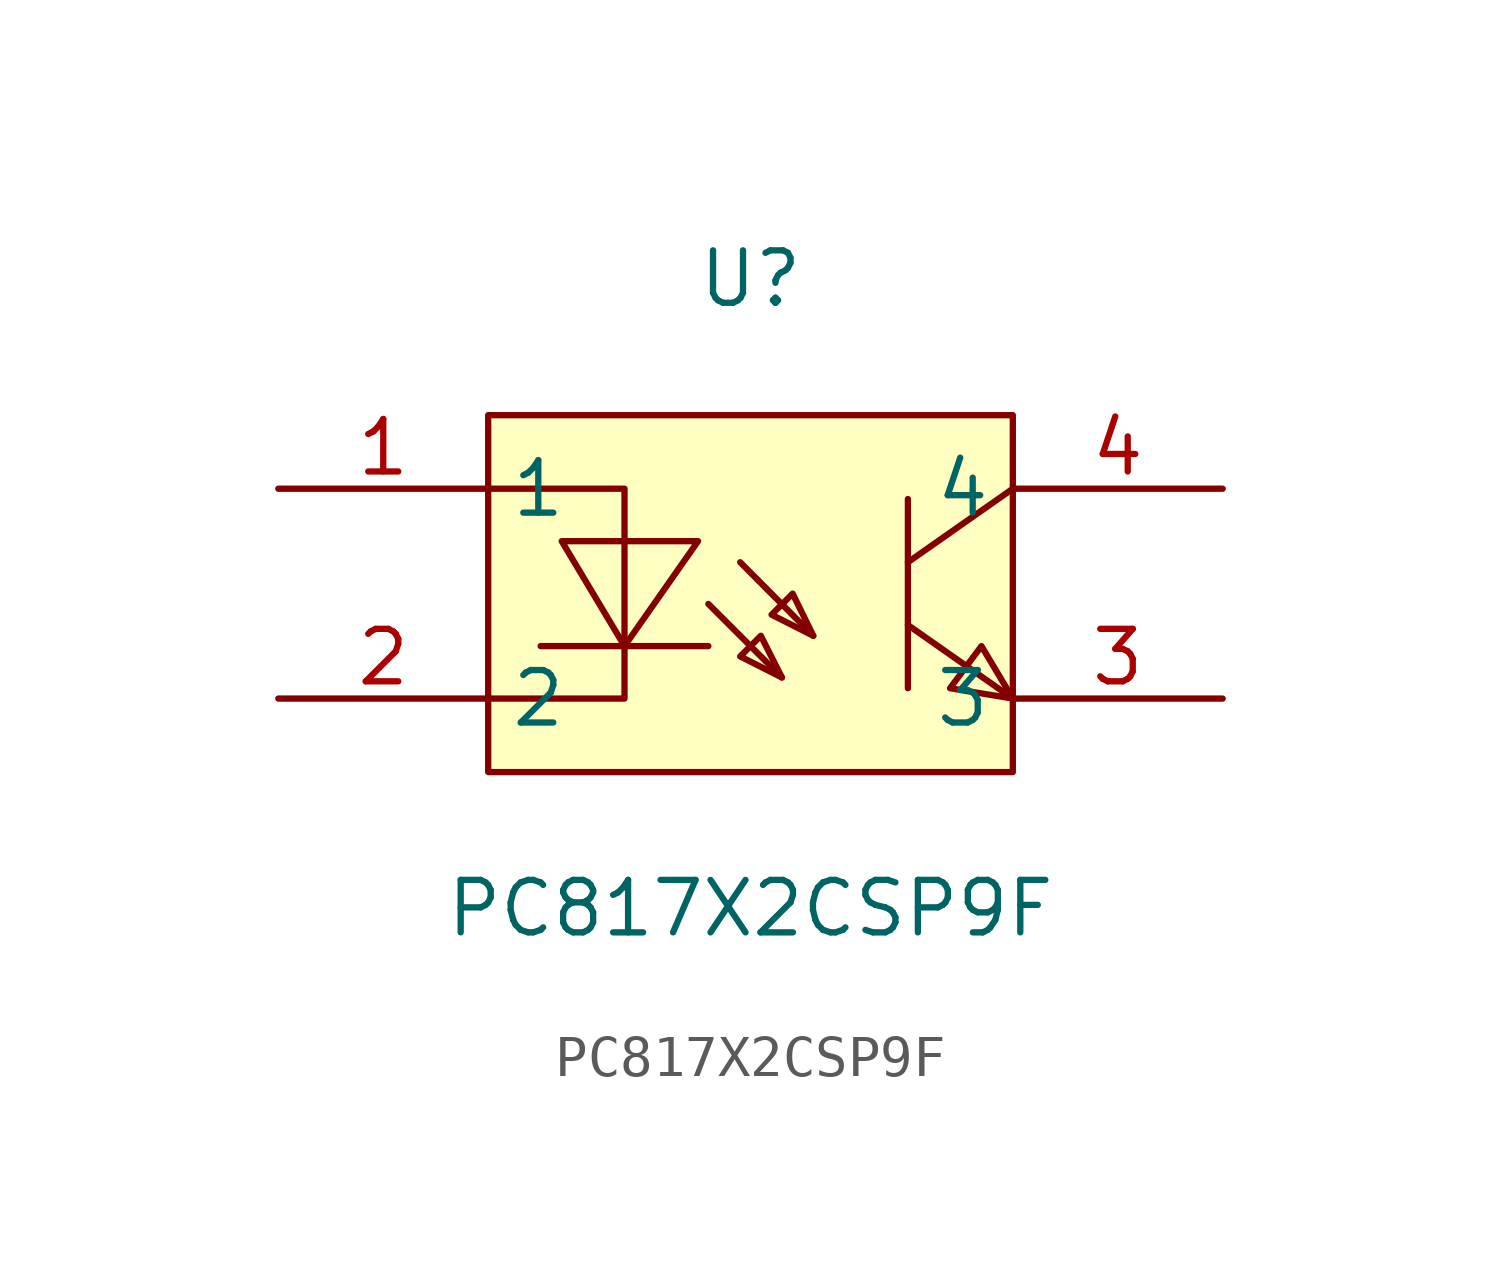
<source format=kicad_sym>
(kicad_symbol_lib
  (version 1)
  (generator "faebryk")
  (symbol "PC817X2CSP9F"
    (property "Reference" "U"
      (at 0 7.62 0)
      (effects (font (size 1.27 1.27)) (hide no)))
    (property "Value" "PC817X2CSP9F"
      (at 0 -7.62 0)
      (effects (font (size 1.27 1.27)) (hide no)))
    (symbol "PC817X2CSP9F_0_1"
      (polyline (stroke (width 0) (type default) (color 0 0 0 0)) (fill (type background)) (pts (xy 0.76 -2.03) (xy 0.25 -1.02) (xy -0.25 -1.52) (xy 0.76 -2.03)))
      (polyline (stroke (width 0) (type default) (color 0 0 0 0)) (fill (type background)) (pts (xy 1.52 -1.02) (xy 1.02 0) (xy 0.51 -0.51) (xy 1.52 -1.02)))
      (polyline (stroke (width 0) (type default) (color 0 0 0 0)) (fill (type background)) (pts (xy -4.57 1.27) (xy -3.05 -1.27) (xy -1.27 1.27) (xy -4.57 1.27)))
      (polyline (stroke (width 0) (type default) (color 0 0 0 0)) (fill (type none)) (pts (xy 6.35 2.54) (xy 3.81 0.76)))
      (polyline (stroke (width 0) (type default) (color 0 0 0 0)) (fill (type none)) (pts (xy 3.81 -0.76) (xy 6.35 -2.54)))
      (polyline (stroke (width 0) (type default) (color 0 0 0 0)) (fill (type none)) (pts (xy 3.81 2.29) (xy 3.81 -2.29)))
      (polyline (stroke (width 0) (type default) (color 0 0 0 0)) (fill (type none)) (pts (xy -1.02 -0.25) (xy 0.76 -2.03)))
      (polyline (stroke (width 0) (type default) (color 0 0 0 0)) (fill (type none)) (pts (xy -0.25 0.76) (xy 1.52 -1.02)))
      (polyline (stroke (width 0) (type default) (color 0 0 0 0)) (fill (type none)) (pts (xy -1.02 -1.27) (xy -5.08 -1.27)))
      (polyline (stroke (width 0) (type default) (color 0 0 0 0)) (fill (type none)) (pts (xy -6.35 2.54) (xy -3.05 2.54) (xy -3.05 -2.54) (xy -6.35 -2.54)))
      (polyline (stroke (width 0) (type default) (color 0 0 0 0)) (fill (type background)) (pts (xy 6.35 -2.54) (xy 5.59 -1.27) (xy 4.83 -2.29) (xy 6.35 -2.54)))
      (rectangle (start -6.35 4.32) (end 6.35 -4.32) (stroke (width 0) (type default) (color 0 0 0 0)) (fill (type background)))
      (pin unspecified line (at -11.43 2.54 0) (length 5.08) (name "1" (effects (font (size 1.27 1.27)) (hide no))) (number "1" (effects (font (size 1.27 1.27)) (hide no))))
      (pin unspecified line (at -11.43 -2.54 0) (length 5.08) (name "2" (effects (font (size 1.27 1.27)) (hide no))) (number "2" (effects (font (size 1.27 1.27)) (hide no))))
      (pin unspecified line (at 11.43 -2.54 180) (length 5.08) (name "3" (effects (font (size 1.27 1.27)) (hide no))) (number "3" (effects (font (size 1.27 1.27)) (hide no))))
      (pin unspecified line (at 11.43 2.54 180) (length 5.08) (name "4" (effects (font (size 1.27 1.27)) (hide no))) (number "4" (effects (font (size 1.27 1.27)) (hide no)))))))
</source>
